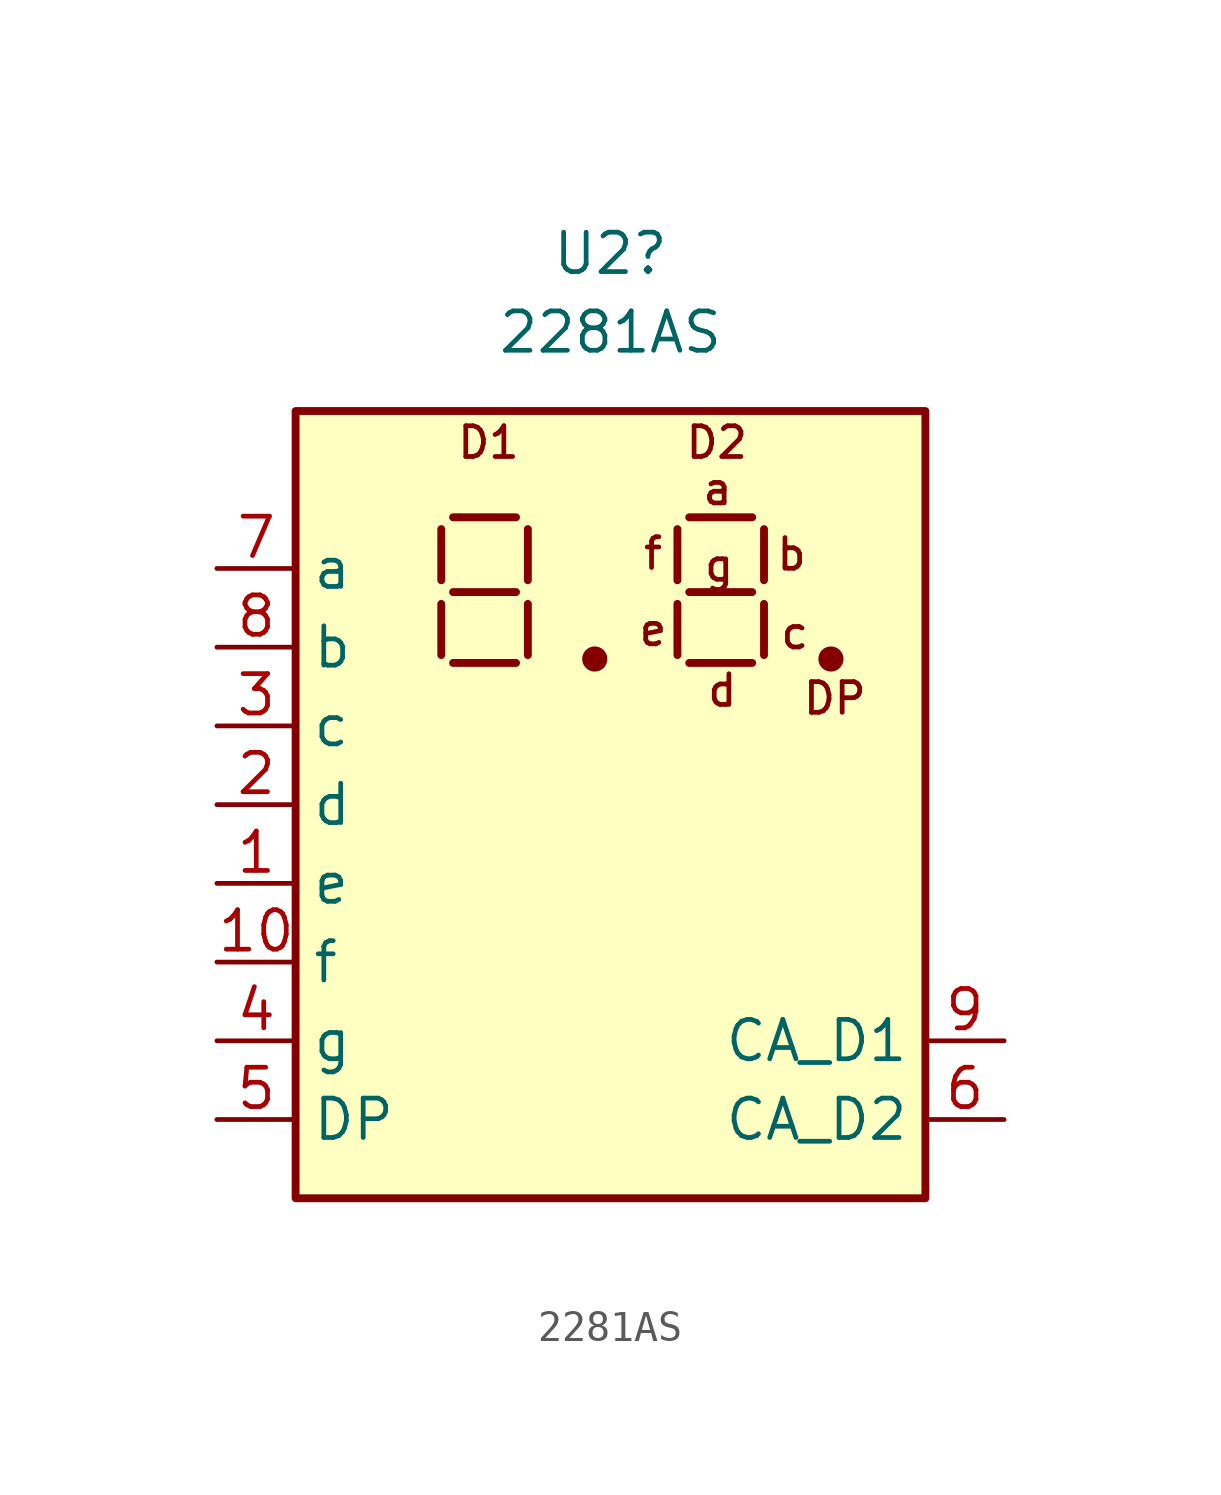
<source format=kicad_sym>
(kicad_symbol_lib
  (version 20241209)
  (generator "kicad_symbol_editor")
  (generator_version "9.0")
  (symbol "2281AS"
    (property "Reference" "U2"
      (at 0 17.78 0)
      (effects (font (size 1.27 1.27))))
    (property "Value" "2281AS"
      (at 0 15.24 0)
      (effects (font (size 1.27 1.27))))
    (symbol "2281AS_0_0"
      (text "D1" (at -3.937 11.684 0) (effects (font (size 0.991 0.991))))
      (text "f" (at 1.372 8.103 0) (effects (font (size 0.991 0.991))))
      (text "e" (at 1.372 5.639 0) (effects (font (size 0.991 0.991))))
      (text "D2" (at 3.429 11.684 0) (effects (font (size 0.991 0.991))))
      (text "a" (at 3.454 10.185 0) (effects (font (size 0.991 0.991))))
      (text "g" (at 3.505 7.722 0) (effects (font (size 0.991 0.991))))
      (text "d" (at 3.607 3.683 0) (effects (font (size 0.991 0.991))))
      (text "b" (at 5.842 8.077 0) (effects (font (size 0.991 0.991))))
      (text "c" (at 5.944 5.537 0) (effects (font (size 0.991 0.991))))
      (text "DP" (at 7.239 3.429 0) (effects (font (size 0.991 0.991)))))
    (symbol "2281AS_0_1"
      (rectangle (start -10.16 12.7) (end 10.16 -12.7) (stroke (width 0.254) (type default)) (fill (type background)))
      (polyline (pts (xy -5.461 7.239) (xy -5.461 8.89)) (stroke (width 0.254) (type default)) (fill (type none)))
      (polyline (pts (xy -5.461 4.826) (xy -5.461 6.477)) (stroke (width 0.254) (type default)) (fill (type none)))
      (polyline (pts (xy -5.08 9.271) (xy -3.048 9.271)) (stroke (width 0.254) (type default)) (fill (type none)))
      (polyline (pts (xy -5.08 6.858) (xy -3.048 6.858)) (stroke (width 0.254) (type default)) (fill (type none)))
      (polyline (pts (xy -5.08 4.572) (xy -3.048 4.572)) (stroke (width 0.254) (type default)) (fill (type none)))
      (polyline (pts (xy -2.667 7.239) (xy -2.667 8.89)) (stroke (width 0.254) (type default)) (fill (type none)))
      (polyline (pts (xy -2.667 4.826) (xy -2.667 6.477)) (stroke (width 0.254) (type default)) (fill (type none)))
      (circle (center -0.508 4.699) (radius 0.279) (stroke (width 0.254) (type default)) (fill (type outline)))
      (polyline (pts (xy 2.159 7.239) (xy 2.159 8.89)) (stroke (width 0.254) (type default)) (fill (type none)))
      (polyline (pts (xy 2.159 4.826) (xy 2.159 6.477)) (stroke (width 0.254) (type default)) (fill (type none)))
      (polyline (pts (xy 2.54 9.271) (xy 4.572 9.271)) (stroke (width 0.254) (type default)) (fill (type none)))
      (polyline (pts (xy 2.54 6.858) (xy 4.572 6.858)) (stroke (width 0.254) (type default)) (fill (type none)))
      (polyline (pts (xy 2.54 4.572) (xy 4.572 4.572)) (stroke (width 0.254) (type default)) (fill (type none)))
      (polyline (pts (xy 4.953 7.239) (xy 4.953 8.89)) (stroke (width 0.254) (type default)) (fill (type none)))
      (polyline (pts (xy 4.953 4.826) (xy 4.953 6.477)) (stroke (width 0.254) (type default)) (fill (type none)))
      (circle (center 7.112 4.699) (radius 0.279) (stroke (width 0.254) (type default)) (fill (type outline))))
    (symbol "2281AS_1_1"
      (pin input line (at -12.7 7.62 0) (length 2.54) (name "a" (effects (font (size 1.27 1.27)))) (number "7" (effects (font (size 1.27 1.27)))))
      (pin input line (at -12.7 5.08 0) (length 2.54) (name "b" (effects (font (size 1.27 1.27)))) (number "8" (effects (font (size 1.27 1.27)))))
      (pin input line (at -12.7 2.54 0) (length 2.54) (name "c" (effects (font (size 1.27 1.27)))) (number "3" (effects (font (size 1.27 1.27)))))
      (pin input line (at -12.7 0 0) (length 2.54) (name "d" (effects (font (size 1.27 1.27)))) (number "2" (effects (font (size 1.27 1.27)))))
      (pin input line (at -12.7 -2.54 0) (length 2.54) (name "e" (effects (font (size 1.27 1.27)))) (number "1" (effects (font (size 1.27 1.27)))))
      (pin input line (at -12.7 -5.08 0) (length 2.54) (name "f" (effects (font (size 1.27 1.27)))) (number "10" (effects (font (size 1.27 1.27)))))
      (pin input line (at -12.7 -7.62 0) (length 2.54) (name "g" (effects (font (size 1.27 1.27)))) (number "4" (effects (font (size 1.27 1.27)))))
      (pin input line (at -12.7 -10.16 0) (length 2.54) (name "DP" (effects (font (size 1.27 1.27)))) (number "5" (effects (font (size 1.27 1.27)))))
      (pin input line (at 12.7 -7.62 180) (length 2.54) (name "CA_D1" (effects (font (size 1.27 1.27)))) (number "9" (effects (font (size 1.27 1.27)))))
      (pin input line (at 12.7 -10.16 180) (length 2.54) (name "CA_D2" (effects (font (size 1.27 1.27)))) (number "6" (effects (font (size 1.27 1.27))))))))
</source>
